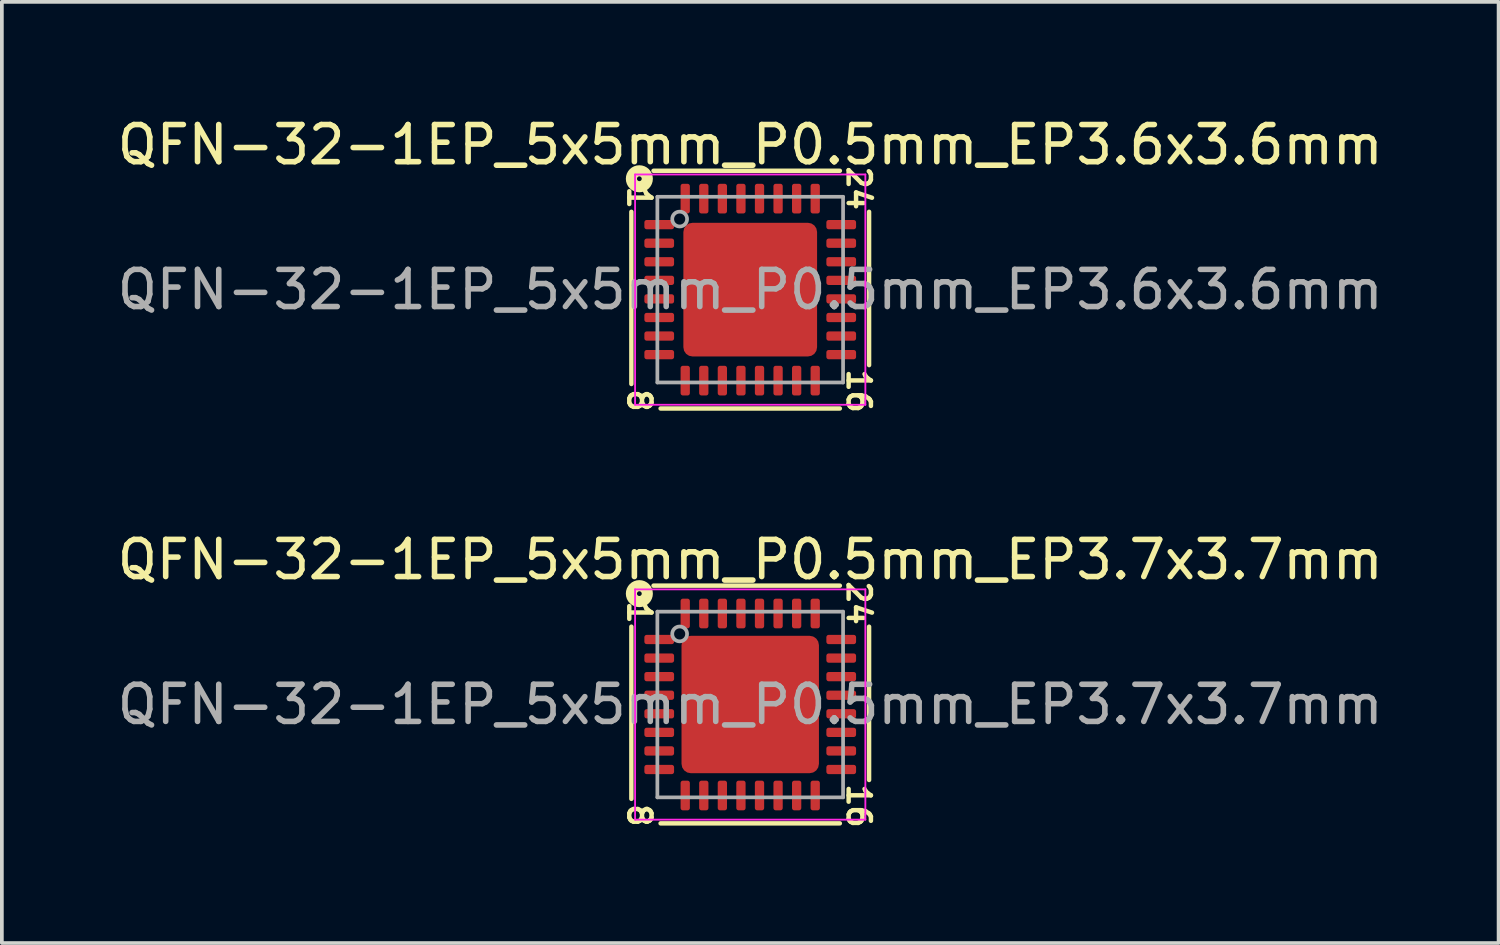
<source format=kicad_pcb>
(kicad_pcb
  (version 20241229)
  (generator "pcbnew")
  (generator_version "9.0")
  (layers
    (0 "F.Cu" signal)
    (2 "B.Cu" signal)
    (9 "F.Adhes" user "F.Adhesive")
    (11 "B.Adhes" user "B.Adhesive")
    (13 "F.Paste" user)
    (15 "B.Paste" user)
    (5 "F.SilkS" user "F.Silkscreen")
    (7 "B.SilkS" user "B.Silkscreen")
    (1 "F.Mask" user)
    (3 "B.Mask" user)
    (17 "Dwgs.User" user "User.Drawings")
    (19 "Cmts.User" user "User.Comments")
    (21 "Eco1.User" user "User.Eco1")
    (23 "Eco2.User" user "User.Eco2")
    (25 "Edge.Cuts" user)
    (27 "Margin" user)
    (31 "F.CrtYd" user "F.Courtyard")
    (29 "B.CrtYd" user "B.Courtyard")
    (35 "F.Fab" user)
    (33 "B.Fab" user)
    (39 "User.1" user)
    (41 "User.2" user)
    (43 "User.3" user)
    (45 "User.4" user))
  (footprint "QFN-32-1EP_5x5mm_P0.5mm_EP3.7x3.7mm"
    (layer "F.Cu")
    (at 17.149 15.918)
    (property "Reference" "QFN-32-1EP_5x5mm_P0.5mm_EP3.7x3.7mm" (at 0 -3.9 0) (layer "F.SilkS") (effects (font (size 1 1) (thickness 0.15))))
    (attr smd)
    (fp_line (start -3.2 -2.095) (end -3.2 2.54) (stroke (width 0.12) (type solid)) (layer "F.SilkS"))
    (fp_line (start -2.413 3.2) (end 2.413 3.2) (stroke (width 0.12) (type solid)) (layer "F.SilkS"))
    (fp_line (start 2.413 -3.2) (end -2.603 -3.2) (stroke (width 0.12) (type solid)) (layer "F.SilkS"))
    (fp_line (start 3.2 2.032) (end 3.2 -2.095) (stroke (width 0.12) (type solid)) (layer "F.SilkS"))
    (fp_circle (center -2.985 -2.985) (end -2.921 -2.985) (stroke (width 0.3) (type solid)) (fill no) (layer "F.SilkS"))
    (fp_line (start -3.1 -3.1) (end -3.1 3.1) (stroke (width 0.05) (type solid)) (layer "F.CrtYd"))
    (fp_line (start -3.1 3.1) (end 3.1 3.1) (stroke (width 0.05) (type solid)) (layer "F.CrtYd"))
    (fp_line (start 3.1 -3.1) (end -3.1 -3.1) (stroke (width 0.05) (type solid)) (layer "F.CrtYd"))
    (fp_line (start 3.1 3.1) (end 3.1 -3.1) (stroke (width 0.05) (type solid)) (layer "F.CrtYd"))
    (fp_line (start -2.5 -2.5) (end 2.5 -2.5) (stroke (width 0.1) (type solid)) (layer "F.Fab"))
    (fp_line (start -2.5 2.5) (end -2.5 -2.5) (stroke (width 0.1) (type solid)) (layer "F.Fab"))
    (fp_line (start 2.5 -2.5) (end 2.5 2.5) (stroke (width 0.1) (type solid)) (layer "F.Fab"))
    (fp_line (start 2.5 2.5) (end -2.5 2.5) (stroke (width 0.1) (type solid)) (layer "F.Fab"))
    (fp_circle (center -1.9 -1.9) (end -1.7 -1.9) (stroke (width 0.1) (type solid)) (fill no) (layer "F.Fab"))
    (fp_text user "1" (at -2.985 -2.477 270) (unlocked yes) (layer "F.SilkS") (effects (font (size 0.6 0.6) (thickness 0.12))))
    (fp_text user "24" (at 2.921 -2.731 270) (unlocked yes) (layer "F.SilkS") (effects (font (size 0.6 0.6) (thickness 0.12))))
    (fp_text user "8" (at -2.985 2.985 270) (unlocked yes) (layer "F.SilkS") (effects (font (size 0.6 0.6) (thickness 0.12))))
    (fp_text user "16" (at 2.921 2.731 270) (unlocked yes) (layer "F.SilkS") (effects (font (size 0.6 0.6) (thickness 0.12))))
    (fp_text user "${REFERENCE}" (at 0 0 0) (layer "F.Fab") (effects (font (size 1 1) (thickness 0.15))))
    (pad "" smd roundrect (at -0.925 -0.925) (size 1.49 1.49) (layers "F.Paste") (roundrect_rratio 0.168))
    (pad "" smd roundrect (at -0.925 0.925) (size 1.49 1.49) (layers "F.Paste") (roundrect_rratio 0.168))
    (pad "" smd roundrect (at 0.925 -0.925) (size 1.49 1.49) (layers "F.Paste") (roundrect_rratio 0.168))
    (pad "" smd roundrect (at 0.925 0.925) (size 1.49 1.49) (layers "F.Paste") (roundrect_rratio 0.168))
    (pad "1" smd roundrect (at -2.45 -1.75) (size 0.8 0.25) (layers "F.Cu" "F.Mask" "F.Paste") (roundrect_rratio 0.25))
    (pad "2" smd roundrect (at -2.45 -1.25) (size 0.8 0.25) (layers "F.Cu" "F.Mask" "F.Paste") (roundrect_rratio 0.25))
    (pad "3" smd roundrect (at -2.45 -0.75) (size 0.8 0.25) (layers "F.Cu" "F.Mask" "F.Paste") (roundrect_rratio 0.25))
    (pad "4" smd roundrect (at -2.45 -0.25) (size 0.8 0.25) (layers "F.Cu" "F.Mask" "F.Paste") (roundrect_rratio 0.25))
    (pad "5" smd roundrect (at -2.45 0.25) (size 0.8 0.25) (layers "F.Cu" "F.Mask" "F.Paste") (roundrect_rratio 0.25))
    (pad "6" smd roundrect (at -2.45 0.75) (size 0.8 0.25) (layers "F.Cu" "F.Mask" "F.Paste") (roundrect_rratio 0.25))
    (pad "7" smd roundrect (at -2.45 1.25) (size 0.8 0.25) (layers "F.Cu" "F.Mask" "F.Paste") (roundrect_rratio 0.25))
    (pad "8" smd roundrect (at -2.45 1.75) (size 0.8 0.25) (layers "F.Cu" "F.Mask" "F.Paste") (roundrect_rratio 0.25))
    (pad "9" smd roundrect (at -1.75 2.45) (size 0.25 0.8) (layers "F.Cu" "F.Mask" "F.Paste") (roundrect_rratio 0.25))
    (pad "10" smd roundrect (at -1.25 2.45) (size 0.25 0.8) (layers "F.Cu" "F.Mask" "F.Paste") (roundrect_rratio 0.25))
    (pad "11" smd roundrect (at -0.75 2.45) (size 0.25 0.8) (layers "F.Cu" "F.Mask" "F.Paste") (roundrect_rratio 0.25))
    (pad "12" smd roundrect (at -0.25 2.45) (size 0.25 0.8) (layers "F.Cu" "F.Mask" "F.Paste") (roundrect_rratio 0.25))
    (pad "13" smd roundrect (at 0.25 2.45) (size 0.25 0.8) (layers "F.Cu" "F.Mask" "F.Paste") (roundrect_rratio 0.25))
    (pad "14" smd roundrect (at 0.75 2.45) (size 0.25 0.8) (layers "F.Cu" "F.Mask" "F.Paste") (roundrect_rratio 0.25))
    (pad "15" smd roundrect (at 1.25 2.45) (size 0.25 0.8) (layers "F.Cu" "F.Mask" "F.Paste") (roundrect_rratio 0.25))
    (pad "16" smd roundrect (at 1.75 2.45) (size 0.25 0.8) (layers "F.Cu" "F.Mask" "F.Paste") (roundrect_rratio 0.25))
    (pad "17" smd roundrect (at 2.45 1.75) (size 0.8 0.25) (layers "F.Cu" "F.Mask" "F.Paste") (roundrect_rratio 0.25))
    (pad "18" smd roundrect (at 2.45 1.25) (size 0.8 0.25) (layers "F.Cu" "F.Mask" "F.Paste") (roundrect_rratio 0.25))
    (pad "19" smd roundrect (at 2.45 0.75) (size 0.8 0.25) (layers "F.Cu" "F.Mask" "F.Paste") (roundrect_rratio 0.25))
    (pad "20" smd roundrect (at 2.45 0.25) (size 0.8 0.25) (layers "F.Cu" "F.Mask" "F.Paste") (roundrect_rratio 0.25))
    (pad "21" smd roundrect (at 2.45 -0.25) (size 0.8 0.25) (layers "F.Cu" "F.Mask" "F.Paste") (roundrect_rratio 0.25))
    (pad "22" smd roundrect (at 2.45 -0.75) (size 0.8 0.25) (layers "F.Cu" "F.Mask" "F.Paste") (roundrect_rratio 0.25))
    (pad "23" smd roundrect (at 2.45 -1.25) (size 0.8 0.25) (layers "F.Cu" "F.Mask" "F.Paste") (roundrect_rratio 0.25))
    (pad "24" smd roundrect (at 2.45 -1.75) (size 0.8 0.25) (layers "F.Cu" "F.Mask" "F.Paste") (roundrect_rratio 0.25))
    (pad "25" smd roundrect (at 1.75 -2.45) (size 0.25 0.8) (layers "F.Cu" "F.Mask" "F.Paste") (roundrect_rratio 0.25))
    (pad "26" smd roundrect (at 1.25 -2.45) (size 0.25 0.8) (layers "F.Cu" "F.Mask" "F.Paste") (roundrect_rratio 0.25))
    (pad "27" smd roundrect (at 0.75 -2.45) (size 0.25 0.8) (layers "F.Cu" "F.Mask" "F.Paste") (roundrect_rratio 0.25))
    (pad "28" smd roundrect (at 0.25 -2.45) (size 0.25 0.8) (layers "F.Cu" "F.Mask" "F.Paste") (roundrect_rratio 0.25))
    (pad "29" smd roundrect (at -0.25 -2.45) (size 0.25 0.8) (layers "F.Cu" "F.Mask" "F.Paste") (roundrect_rratio 0.25))
    (pad "30" smd roundrect (at -0.75 -2.45) (size 0.25 0.8) (layers "F.Cu" "F.Mask" "F.Paste") (roundrect_rratio 0.25))
    (pad "31" smd roundrect (at -1.25 -2.45) (size 0.25 0.8) (layers "F.Cu" "F.Mask" "F.Paste") (roundrect_rratio 0.25))
    (pad "32" smd roundrect (at -1.75 -2.45) (size 0.25 0.8) (layers "F.Cu" "F.Mask" "F.Paste") (roundrect_rratio 0.25))
    (pad "33" smd roundrect (at 0 0) (size 3.7 3.7) (layers "F.Cu" "F.Mask") (roundrect_rratio 0.068)))
  (footprint "QFN-32-1EP_5x5mm_P0.5mm_EP3.6x3.6mm"
    (layer "F.Cu")
    (at 17.149 4.748)
    (property "Reference" "QFN-32-1EP_5x5mm_P0.5mm_EP3.6x3.6mm" (at 0 -3.9 0) (layer "F.SilkS") (effects (font (size 1 1) (thickness 0.15))))
    (attr smd)
    (fp_line (start -3.2 -2.095) (end -3.2 2.54) (stroke (width 0.12) (type solid)) (layer "F.SilkS"))
    (fp_line (start -2.413 3.2) (end 2.413 3.2) (stroke (width 0.12) (type solid)) (layer "F.SilkS"))
    (fp_line (start 2.413 -3.2) (end -2.603 -3.2) (stroke (width 0.12) (type solid)) (layer "F.SilkS"))
    (fp_line (start 3.2 2.032) (end 3.2 -2.095) (stroke (width 0.12) (type solid)) (layer "F.SilkS"))
    (fp_circle (center -2.985 -2.985) (end -2.921 -2.985) (stroke (width 0.3) (type solid)) (fill no) (layer "F.SilkS"))
    (fp_line (start -3.1 -3.1) (end -3.1 3.1) (stroke (width 0.05) (type solid)) (layer "F.CrtYd"))
    (fp_line (start -3.1 3.1) (end 3.1 3.1) (stroke (width 0.05) (type solid)) (layer "F.CrtYd"))
    (fp_line (start 3.1 -3.1) (end -3.1 -3.1) (stroke (width 0.05) (type solid)) (layer "F.CrtYd"))
    (fp_line (start 3.1 3.1) (end 3.1 -3.1) (stroke (width 0.05) (type solid)) (layer "F.CrtYd"))
    (fp_line (start -2.5 -2.5) (end 2.5 -2.5) (stroke (width 0.1) (type solid)) (layer "F.Fab"))
    (fp_line (start -2.5 2.5) (end -2.5 -2.5) (stroke (width 0.1) (type solid)) (layer "F.Fab"))
    (fp_line (start 2.5 -2.5) (end 2.5 2.5) (stroke (width 0.1) (type solid)) (layer "F.Fab"))
    (fp_line (start 2.5 2.5) (end -2.5 2.5) (stroke (width 0.1) (type solid)) (layer "F.Fab"))
    (fp_circle (center -1.9 -1.9) (end -1.7 -1.9) (stroke (width 0.1) (type solid)) (fill no) (layer "F.Fab"))
    (fp_text user "8" (at -2.985 2.985 270) (unlocked yes) (layer "F.SilkS") (effects (font (size 0.6 0.6) (thickness 0.12))))
    (fp_text user "24" (at 2.921 -2.731 270) (unlocked yes) (layer "F.SilkS") (effects (font (size 0.6 0.6) (thickness 0.12))))
    (fp_text user "1" (at -2.985 -2.477 270) (unlocked yes) (layer "F.SilkS") (effects (font (size 0.6 0.6) (thickness 0.12))))
    (fp_text user "16" (at 2.921 2.731 270) (unlocked yes) (layer "F.SilkS") (effects (font (size 0.6 0.6) (thickness 0.12))))
    (fp_text user "${REFERENCE}" (at 0 0 0) (layer "F.Fab") (effects (font (size 1 1) (thickness 0.15))))
    (pad "" smd roundrect (at -1.2 -1.2) (size 0.97 0.97) (layers "F.Paste") (roundrect_rratio 0.25))
    (pad "" smd roundrect (at -1.2 0) (size 0.97 0.97) (layers "F.Paste") (roundrect_rratio 0.25))
    (pad "" smd roundrect (at -1.2 1.2) (size 0.97 0.97) (layers "F.Paste") (roundrect_rratio 0.25))
    (pad "" smd roundrect (at 0 -1.2) (size 0.97 0.97) (layers "F.Paste") (roundrect_rratio 0.25))
    (pad "" smd roundrect (at 0 0) (size 0.97 0.97) (layers "F.Paste") (roundrect_rratio 0.25))
    (pad "" smd roundrect (at 0 1.2) (size 0.97 0.97) (layers "F.Paste") (roundrect_rratio 0.25))
    (pad "" smd roundrect (at 1.2 -1.2) (size 0.97 0.97) (layers "F.Paste") (roundrect_rratio 0.25))
    (pad "" smd roundrect (at 1.2 0) (size 0.97 0.97) (layers "F.Paste") (roundrect_rratio 0.25))
    (pad "" smd roundrect (at 1.2 1.2) (size 0.97 0.97) (layers "F.Paste") (roundrect_rratio 0.25))
    (pad "1" smd roundrect (at -2.45 -1.75) (size 0.8 0.25) (layers "F.Cu" "F.Mask" "F.Paste") (roundrect_rratio 0.25))
    (pad "2" smd roundrect (at -2.45 -1.25) (size 0.8 0.25) (layers "F.Cu" "F.Mask" "F.Paste") (roundrect_rratio 0.25))
    (pad "3" smd roundrect (at -2.45 -0.75) (size 0.8 0.25) (layers "F.Cu" "F.Mask" "F.Paste") (roundrect_rratio 0.25))
    (pad "4" smd roundrect (at -2.45 -0.25) (size 0.8 0.25) (layers "F.Cu" "F.Mask" "F.Paste") (roundrect_rratio 0.25))
    (pad "5" smd roundrect (at -2.45 0.25) (size 0.8 0.25) (layers "F.Cu" "F.Mask" "F.Paste") (roundrect_rratio 0.25))
    (pad "6" smd roundrect (at -2.45 0.75) (size 0.8 0.25) (layers "F.Cu" "F.Mask" "F.Paste") (roundrect_rratio 0.25))
    (pad "7" smd roundrect (at -2.45 1.25) (size 0.8 0.25) (layers "F.Cu" "F.Mask" "F.Paste") (roundrect_rratio 0.25))
    (pad "8" smd roundrect (at -2.45 1.75) (size 0.8 0.25) (layers "F.Cu" "F.Mask" "F.Paste") (roundrect_rratio 0.25))
    (pad "9" smd roundrect (at -1.75 2.45) (size 0.25 0.8) (layers "F.Cu" "F.Mask" "F.Paste") (roundrect_rratio 0.25))
    (pad "10" smd roundrect (at -1.25 2.45) (size 0.25 0.8) (layers "F.Cu" "F.Mask" "F.Paste") (roundrect_rratio 0.25))
    (pad "11" smd roundrect (at -0.75 2.45) (size 0.25 0.8) (layers "F.Cu" "F.Mask" "F.Paste") (roundrect_rratio 0.25))
    (pad "12" smd roundrect (at -0.25 2.45) (size 0.25 0.8) (layers "F.Cu" "F.Mask" "F.Paste") (roundrect_rratio 0.25))
    (pad "13" smd roundrect (at 0.25 2.45) (size 0.25 0.8) (layers "F.Cu" "F.Mask" "F.Paste") (roundrect_rratio 0.25))
    (pad "14" smd roundrect (at 0.75 2.45) (size 0.25 0.8) (layers "F.Cu" "F.Mask" "F.Paste") (roundrect_rratio 0.25))
    (pad "15" smd roundrect (at 1.25 2.45) (size 0.25 0.8) (layers "F.Cu" "F.Mask" "F.Paste") (roundrect_rratio 0.25))
    (pad "16" smd roundrect (at 1.75 2.45) (size 0.25 0.8) (layers "F.Cu" "F.Mask" "F.Paste") (roundrect_rratio 0.25))
    (pad "17" smd roundrect (at 2.45 1.75) (size 0.8 0.25) (layers "F.Cu" "F.Mask" "F.Paste") (roundrect_rratio 0.25))
    (pad "18" smd roundrect (at 2.45 1.25) (size 0.8 0.25) (layers "F.Cu" "F.Mask" "F.Paste") (roundrect_rratio 0.25))
    (pad "19" smd roundrect (at 2.45 0.75) (size 0.8 0.25) (layers "F.Cu" "F.Mask" "F.Paste") (roundrect_rratio 0.25))
    (pad "20" smd roundrect (at 2.45 0.25) (size 0.8 0.25) (layers "F.Cu" "F.Mask" "F.Paste") (roundrect_rratio 0.25))
    (pad "21" smd roundrect (at 2.45 -0.25) (size 0.8 0.25) (layers "F.Cu" "F.Mask" "F.Paste") (roundrect_rratio 0.25))
    (pad "22" smd roundrect (at 2.45 -0.75) (size 0.8 0.25) (layers "F.Cu" "F.Mask" "F.Paste") (roundrect_rratio 0.25))
    (pad "23" smd roundrect (at 2.45 -1.25) (size 0.8 0.25) (layers "F.Cu" "F.Mask" "F.Paste") (roundrect_rratio 0.25))
    (pad "24" smd roundrect (at 2.45 -1.75) (size 0.8 0.25) (layers "F.Cu" "F.Mask" "F.Paste") (roundrect_rratio 0.25))
    (pad "25" smd roundrect (at 1.75 -2.45) (size 0.25 0.8) (layers "F.Cu" "F.Mask" "F.Paste") (roundrect_rratio 0.25))
    (pad "26" smd roundrect (at 1.25 -2.45) (size 0.25 0.8) (layers "F.Cu" "F.Mask" "F.Paste") (roundrect_rratio 0.25))
    (pad "27" smd roundrect (at 0.75 -2.45) (size 0.25 0.8) (layers "F.Cu" "F.Mask" "F.Paste") (roundrect_rratio 0.25))
    (pad "28" smd roundrect (at 0.25 -2.45) (size 0.25 0.8) (layers "F.Cu" "F.Mask" "F.Paste") (roundrect_rratio 0.25))
    (pad "29" smd roundrect (at -0.25 -2.45) (size 0.25 0.8) (layers "F.Cu" "F.Mask" "F.Paste") (roundrect_rratio 0.25))
    (pad "30" smd roundrect (at -0.75 -2.45) (size 0.25 0.8) (layers "F.Cu" "F.Mask" "F.Paste") (roundrect_rratio 0.25))
    (pad "31" smd roundrect (at -1.25 -2.45) (size 0.25 0.8) (layers "F.Cu" "F.Mask" "F.Paste") (roundrect_rratio 0.25))
    (pad "32" smd roundrect (at -1.75 -2.45) (size 0.25 0.8) (layers "F.Cu" "F.Mask" "F.Paste") (roundrect_rratio 0.25))
    (pad "33" smd roundrect (at 0 0) (size 3.6 3.6) (layers "F.Cu" "F.Mask") (roundrect_rratio 0.069)))
  (gr_rect
    (start -3 -3)
    (end 37.298 22.34)
    (stroke (width 0.1) (type default))
    (fill no)
    (layer "Edge.Cuts")))
</source>
